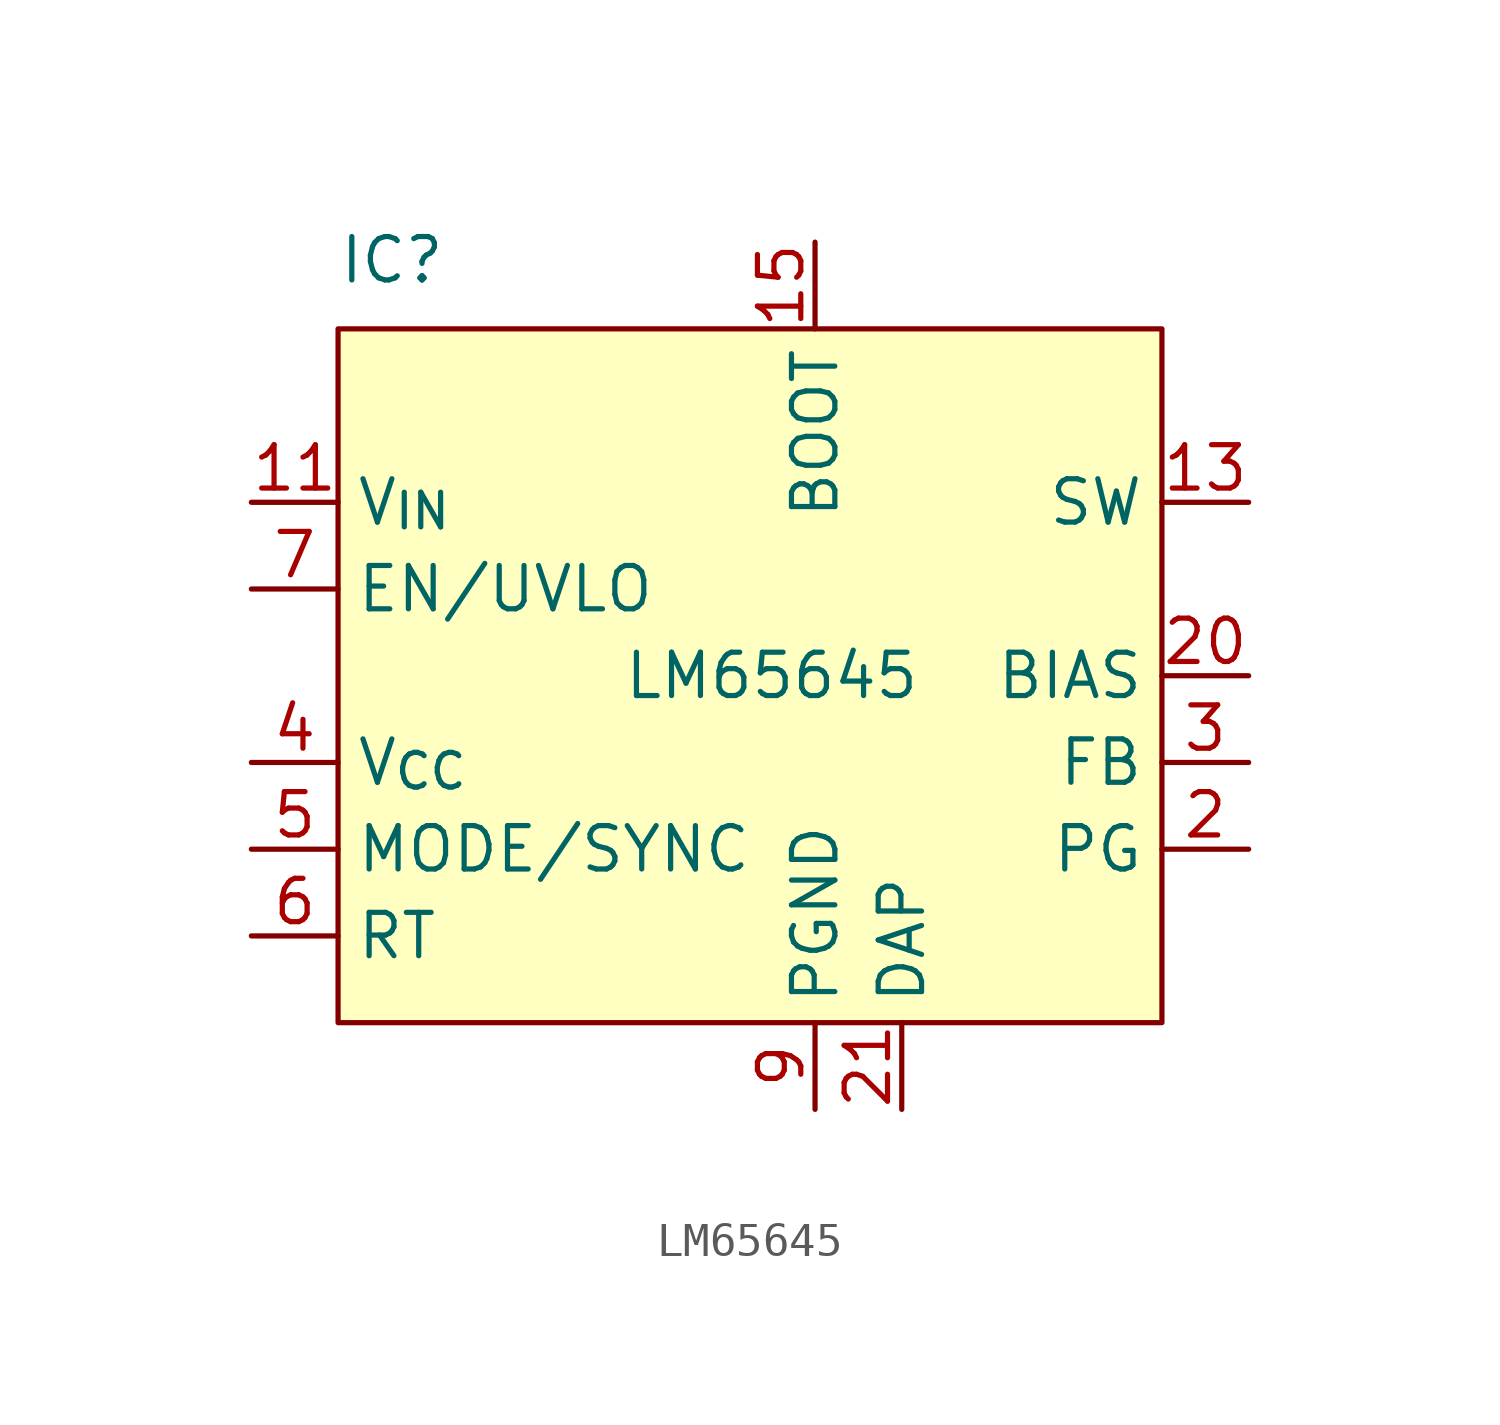
<source format=kicad_sym>
(kicad_symbol_lib
  (version 20241209)
  (generator "kicad_symbol_editor")
  (generator_version "9.0")
  (symbol "LM65645"
    (property "Reference" "IC"
      (at -12.7 11.43 0)
      (do_not_autoplace)
      (effects (font (size 1.27 1.27)) (justify left bottom)))
    (property "Value" "LM65645"
      (at 0 0 0)
      (do_not_autoplace)
      (effects (font (size 1.27 1.27))))
    (symbol "LM65645_0_0"
      (pin input line (at -15.24 2.54 0) (length 2.54) (name "EN/UVLO" (effects (font (size 1.27 1.27)))) (number "7" (effects (font (size 1.27 1.27)))))
      (pin power_out line (at -15.24 -2.54 0) (length 2.54) (name "V_{CC}" (effects (font (size 1.27 1.27)))) (number "4" (effects (font (size 1.27 1.27)))))
      (pin bidirectional line (at -15.24 -5.08 0) (length 2.54) (name "MODE/SYNC" (effects (font (size 1.27 1.27)))) (number "5" (effects (font (size 1.27 1.27)))))
      (pin input line (at 1.27 12.7 270) (length 2.54) (name "BOOT" (effects (font (size 1.27 1.27)))) (number "15" (effects (font (size 1.27 1.27)))))
      (pin input line (at 13.97 0 180) (length 2.54) (name "BIAS" (effects (font (size 1.27 1.27)))) (number "20" (effects (font (size 1.27 1.27)))))
      (pin input line (at 13.97 -2.54 180) (length 2.54) (name "FB" (effects (font (size 1.27 1.27)))) (number "3" (effects (font (size 1.27 1.27)))))
      (pin output line (at 13.97 -5.08 180) (length 2.54) (name "PG" (effects (font (size 1.27 1.27)))) (number "2" (effects (font (size 1.27 1.27))))))
    (symbol "LM65645_1_0"
      (pin power_in line (at -15.24 5.08 0) (length 2.54) (name "V_{IN}" (effects (font (size 1.27 1.27)))) (number "11" (effects (font (size 1.27 1.27)))))
      (pin passive line (at -15.24 5.08 0) (length 2.54) (hide yes) (name "VIN2" (effects (font (size 1.27 1.27)))) (number "17" (effects (font (size 1.27 1.27)))))
      (pin input line (at -15.24 -7.62 0) (length 2.54) (name "RT" (effects (font (size 1.27 1.27)))) (number "6" (effects (font (size 1.27 1.27)))))
      (pin no_connect line (at -11.43 8.89 0) (length 2.54) (hide yes) (name "" (effects (font (size 1.27 1.27)))) (number "1" (effects (font (size 1.27 1.27)))))
      (pin no_connect line (at -10.16 8.89 0) (length 2.54) (hide yes) (name "" (effects (font (size 1.27 1.27)))) (number "8" (effects (font (size 1.27 1.27)))))
      (pin no_connect line (at -8.89 8.89 0) (length 2.54) (hide yes) (name "" (effects (font (size 1.27 1.27)))) (number "10" (effects (font (size 1.27 1.27)))))
      (pin no_connect line (at -7.62 8.89 0) (length 2.54) (hide yes) (name "" (effects (font (size 1.27 1.27)))) (number "12" (effects (font (size 1.27 1.27)))))
      (pin no_connect line (at -6.35 8.89 0) (length 2.54) (hide yes) (name "" (effects (font (size 1.27 1.27)))) (number "16" (effects (font (size 1.27 1.27)))))
      (pin no_connect line (at -5.08 8.89 0) (length 2.54) (hide yes) (name "" (effects (font (size 1.27 1.27)))) (number "18" (effects (font (size 1.27 1.27)))))
      (pin passive line (at 1.27 -12.7 90) (length 2.54) (hide yes) (name "PGND" (effects (font (size 1.27 1.27)))) (number "19" (effects (font (size 1.27 1.27)))))
      (pin power_in line (at 1.27 -12.7 90) (length 2.54) (name "PGND" (effects (font (size 1.27 1.27)))) (number "9" (effects (font (size 1.27 1.27)))))
      (pin power_in line (at 3.81 -12.7 90) (length 2.54) (name "DAP" (effects (font (size 1.27 1.27)))) (number "21" (effects (font (size 1.27 1.27)))))
      (pin power_out line (at 13.97 5.08 180) (length 2.54) (name "SW" (effects (font (size 1.27 1.27)))) (number "13" (effects (font (size 1.27 1.27)))))
      (pin passive line (at 13.97 5.08 180) (length 2.54) (hide yes) (name "SW2" (effects (font (size 1.27 1.27)))) (number "14" (effects (font (size 1.27 1.27))))))
    (symbol "LM65645_1_1"
      (rectangle (start -12.7 10.16) (end 11.43 -10.16) (stroke (width 0) (type solid)) (fill (type background))))))
</source>
